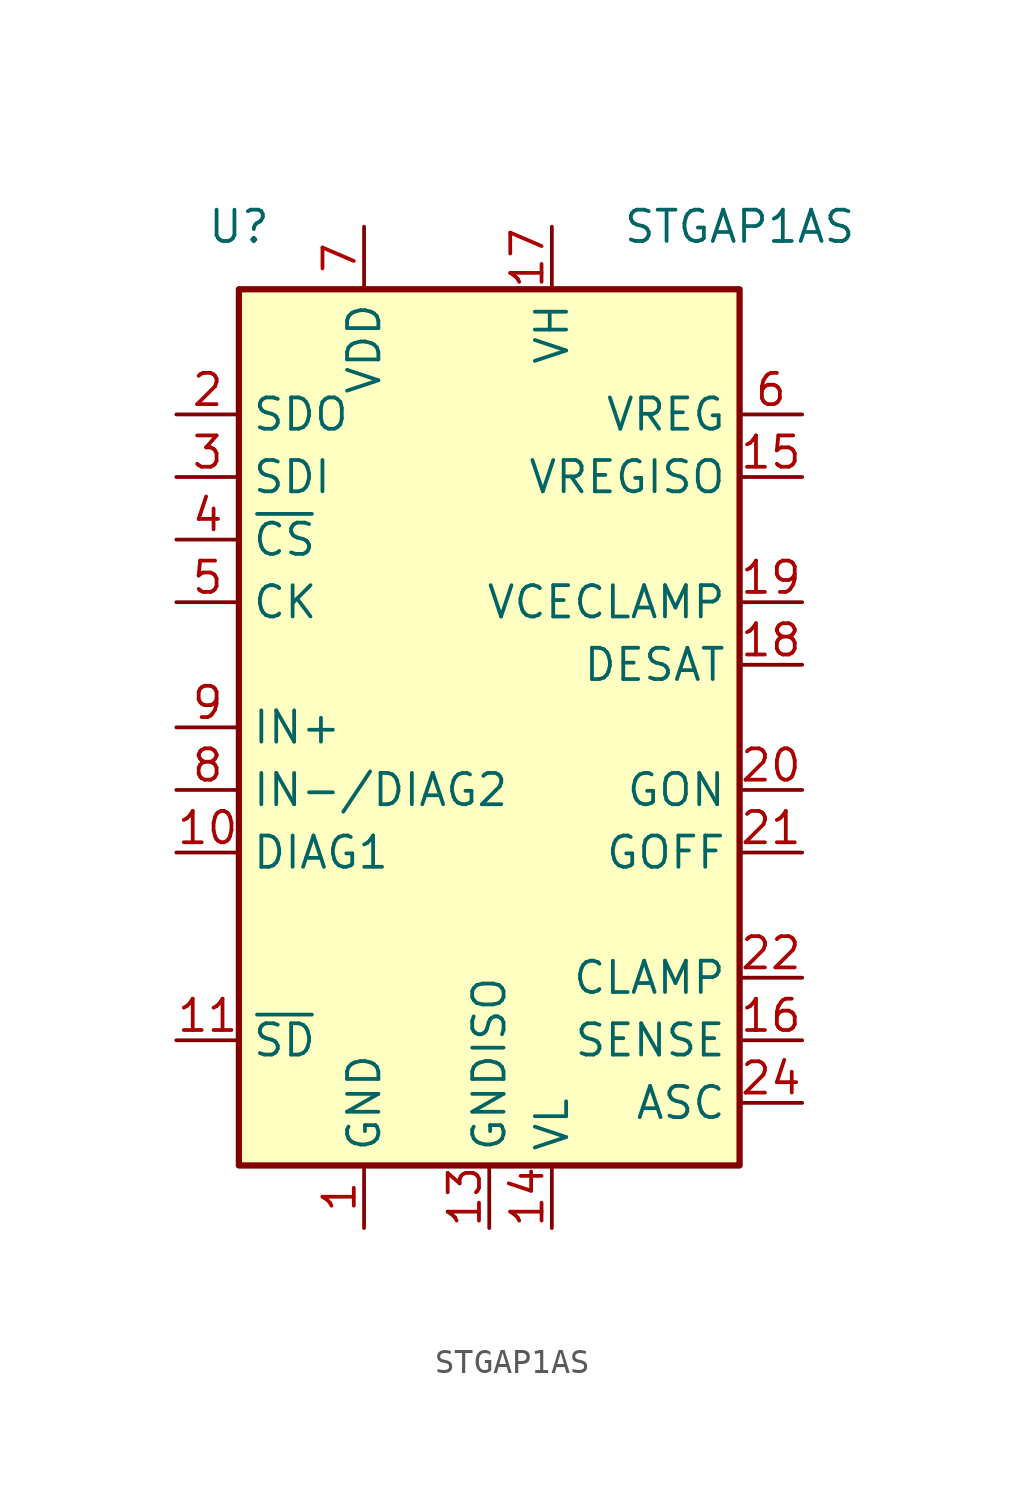
<source format=kicad_sym>
(kicad_symbol_lib
  (version 20220914)
  (generator kicad_symbol_editor)
  (symbol "STGAP1AS"
    (property "Reference" "U"
      (at -10.16 20.32 0)
      (effects (font (size 1.27 1.27))))
    (property "Value" "STGAP1AS"
      (at 10.16 20.32 0)
      (effects (font (size 1.27 1.27))))
    (symbol "STGAP1AS_0_1"
      (rectangle (start -10.16 -17.78) (end 10.16 17.78) (stroke (width 0.254) (type default)) (fill (type background))))
    (symbol "STGAP1AS_1_1"
      (pin power_in line (at -5.08 -20.32 90) (length 2.54) (name "GND" (effects (font (size 1.27 1.27)))) (number "1" (effects (font (size 1.27 1.27)))))
      (pin open_collector line (at -12.7 -5.08 0) (length 2.54) (name "DIAG1" (effects (font (size 1.27 1.27)))) (number "10" (effects (font (size 1.27 1.27)))))
      (pin input line (at -12.7 -12.7 0) (length 2.54) (name "~{SD}" (effects (font (size 1.27 1.27)))) (number "11" (effects (font (size 1.27 1.27)))))
      (pin passive line (at -5.08 -20.32 90) (length 2.54) hide (name "GND" (effects (font (size 1.27 1.27)))) (number "12" (effects (font (size 1.27 1.27)))))
      (pin power_in line (at 0 -20.32 90) (length 2.54) (name "GNDISO" (effects (font (size 1.27 1.27)))) (number "13" (effects (font (size 1.27 1.27)))))
      (pin power_in line (at 2.54 -20.32 90) (length 2.54) (name "VL" (effects (font (size 1.27 1.27)))) (number "14" (effects (font (size 1.27 1.27)))))
      (pin power_out line (at 12.7 10.16 180) (length 2.54) (name "VREGISO" (effects (font (size 1.27 1.27)))) (number "15" (effects (font (size 1.27 1.27)))))
      (pin input line (at 12.7 -12.7 180) (length 2.54) (name "SENSE" (effects (font (size 1.27 1.27)))) (number "16" (effects (font (size 1.27 1.27)))))
      (pin power_in line (at 2.54 20.32 270) (length 2.54) (name "VH" (effects (font (size 1.27 1.27)))) (number "17" (effects (font (size 1.27 1.27)))))
      (pin passive line (at 12.7 2.54 180) (length 2.54) (name "DESAT" (effects (font (size 1.27 1.27)))) (number "18" (effects (font (size 1.27 1.27)))))
      (pin input line (at 12.7 5.08 180) (length 2.54) (name "VCECLAMP" (effects (font (size 1.27 1.27)))) (number "19" (effects (font (size 1.27 1.27)))))
      (pin output line (at -12.7 12.7 0) (length 2.54) (name "SDO" (effects (font (size 1.27 1.27)))) (number "2" (effects (font (size 1.27 1.27)))))
      (pin output line (at 12.7 -2.54 180) (length 2.54) (name "GON" (effects (font (size 1.27 1.27)))) (number "20" (effects (font (size 1.27 1.27)))))
      (pin output line (at 12.7 -5.08 180) (length 2.54) (name "GOFF" (effects (font (size 1.27 1.27)))) (number "21" (effects (font (size 1.27 1.27)))))
      (pin output line (at 12.7 -10.16 180) (length 2.54) (name "CLAMP" (effects (font (size 1.27 1.27)))) (number "22" (effects (font (size 1.27 1.27)))))
      (pin passive line (at 2.54 -20.32 90) (length 2.54) hide (name "VL" (effects (font (size 1.27 1.27)))) (number "23" (effects (font (size 1.27 1.27)))))
      (pin input line (at 12.7 -15.24 180) (length 2.54) (name "ASC" (effects (font (size 1.27 1.27)))) (number "24" (effects (font (size 1.27 1.27)))))
      (pin input line (at -12.7 10.16 0) (length 2.54) (name "SDI" (effects (font (size 1.27 1.27)))) (number "3" (effects (font (size 1.27 1.27)))))
      (pin input line (at -12.7 7.62 0) (length 2.54) (name "~{CS}" (effects (font (size 1.27 1.27)))) (number "4" (effects (font (size 1.27 1.27)))))
      (pin input line (at -12.7 5.08 0) (length 2.54) (name "CK" (effects (font (size 1.27 1.27)))) (number "5" (effects (font (size 1.27 1.27)))))
      (pin power_out line (at 12.7 12.7 180) (length 2.54) (name "VREG" (effects (font (size 1.27 1.27)))) (number "6" (effects (font (size 1.27 1.27)))))
      (pin power_in line (at -5.08 20.32 270) (length 2.54) (name "VDD" (effects (font (size 1.27 1.27)))) (number "7" (effects (font (size 1.27 1.27)))))
      (pin bidirectional line (at -12.7 -2.54 0) (length 2.54) (name "IN-/DIAG2" (effects (font (size 1.27 1.27)))) (number "8" (effects (font (size 1.27 1.27)))))
      (pin input line (at -12.7 0 0) (length 2.54) (name "IN+" (effects (font (size 1.27 1.27)))) (number "9" (effects (font (size 1.27 1.27))))))))
</source>
